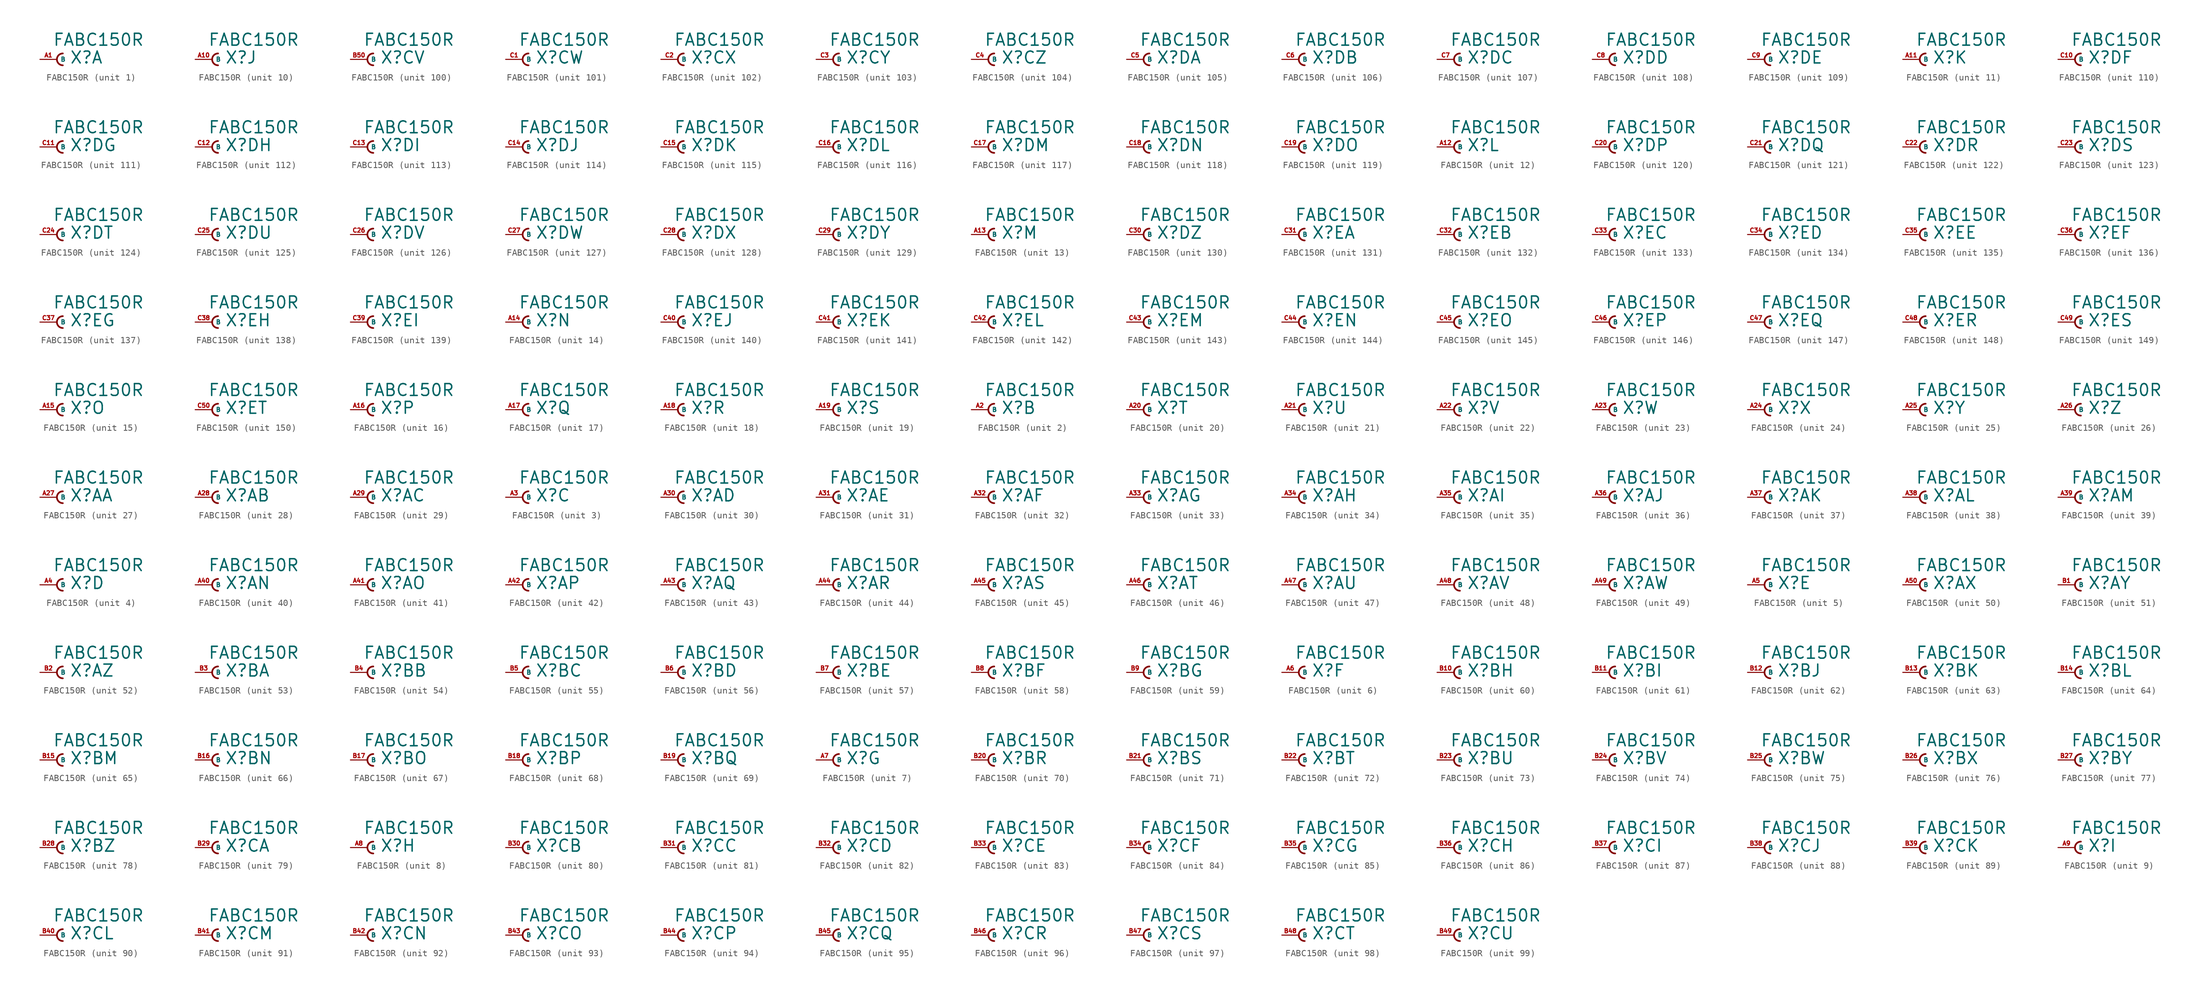
<source format=kicad_sym>
(kicad_symbol_lib
  (version 20220914)
  (generator Eagle2Kicad)
  (symbol "FABC150R"
    (property "Reference" "X"
      (at 1.905 -0.762 0)
      (effects (font (size 1.778 1.778) (thickness 0.22)) (justify left bottom)))
    (property "Value" "FABC150R"
      (at -0.635 1.905 0)
      (effects (font (size 1.778 1.778) (thickness 0.22)) (justify left bottom)))
    (symbol "FABC150R_1_0"
      (arc (start 0.889 0.889) (mid 0.000 0.000) (end 0.889 -0.889) (stroke (width 0.254) (type default)) (fill (type none)))
      (pin passive line (at -2.54 0 0) (length 2.54) (name "B" (effects (font (size 0.635 0.635) (thickness 0.08)) (justify left bottom))) (number "A1" (effects (font (size 0.635 0.635) (thickness 0.08)) (justify left bottom)))))
    (symbol "FABC150R_2_0"
      (arc (start 0.889 0.889) (mid 0.000 0.000) (end 0.889 -0.889) (stroke (width 0.254) (type default)) (fill (type none)))
      (pin passive line (at -2.54 0 0) (length 2.54) (name "B" (effects (font (size 0.635 0.635) (thickness 0.08)) (justify left bottom))) (number "A2" (effects (font (size 0.635 0.635) (thickness 0.08)) (justify left bottom)))))
    (symbol "FABC150R_3_0"
      (arc (start 0.889 0.889) (mid 0.000 0.000) (end 0.889 -0.889) (stroke (width 0.254) (type default)) (fill (type none)))
      (pin passive line (at -2.54 0 0) (length 2.54) (name "B" (effects (font (size 0.635 0.635) (thickness 0.08)) (justify left bottom))) (number "A3" (effects (font (size 0.635 0.635) (thickness 0.08)) (justify left bottom)))))
    (symbol "FABC150R_4_0"
      (arc (start 0.889 0.889) (mid 0.000 0.000) (end 0.889 -0.889) (stroke (width 0.254) (type default)) (fill (type none)))
      (pin passive line (at -2.54 0 0) (length 2.54) (name "B" (effects (font (size 0.635 0.635) (thickness 0.08)) (justify left bottom))) (number "A4" (effects (font (size 0.635 0.635) (thickness 0.08)) (justify left bottom)))))
    (symbol "FABC150R_5_0"
      (arc (start 0.889 0.889) (mid 0.000 0.000) (end 0.889 -0.889) (stroke (width 0.254) (type default)) (fill (type none)))
      (pin passive line (at -2.54 0 0) (length 2.54) (name "B" (effects (font (size 0.635 0.635) (thickness 0.08)) (justify left bottom))) (number "A5" (effects (font (size 0.635 0.635) (thickness 0.08)) (justify left bottom)))))
    (symbol "FABC150R_6_0"
      (arc (start 0.889 0.889) (mid 0.000 0.000) (end 0.889 -0.889) (stroke (width 0.254) (type default)) (fill (type none)))
      (pin passive line (at -2.54 0 0) (length 2.54) (name "B" (effects (font (size 0.635 0.635) (thickness 0.08)) (justify left bottom))) (number "A6" (effects (font (size 0.635 0.635) (thickness 0.08)) (justify left bottom)))))
    (symbol "FABC150R_7_0"
      (arc (start 0.889 0.889) (mid 0.000 0.000) (end 0.889 -0.889) (stroke (width 0.254) (type default)) (fill (type none)))
      (pin passive line (at -2.54 0 0) (length 2.54) (name "B" (effects (font (size 0.635 0.635) (thickness 0.08)) (justify left bottom))) (number "A7" (effects (font (size 0.635 0.635) (thickness 0.08)) (justify left bottom)))))
    (symbol "FABC150R_8_0"
      (arc (start 0.889 0.889) (mid 0.000 0.000) (end 0.889 -0.889) (stroke (width 0.254) (type default)) (fill (type none)))
      (pin passive line (at -2.54 0 0) (length 2.54) (name "B" (effects (font (size 0.635 0.635) (thickness 0.08)) (justify left bottom))) (number "A8" (effects (font (size 0.635 0.635) (thickness 0.08)) (justify left bottom)))))
    (symbol "FABC150R_9_0"
      (arc (start 0.889 0.889) (mid 0.000 0.000) (end 0.889 -0.889) (stroke (width 0.254) (type default)) (fill (type none)))
      (pin passive line (at -2.54 0 0) (length 2.54) (name "B" (effects (font (size 0.635 0.635) (thickness 0.08)) (justify left bottom))) (number "A9" (effects (font (size 0.635 0.635) (thickness 0.08)) (justify left bottom)))))
    (symbol "FABC150R_10_0"
      (arc (start 0.889 0.889) (mid 0.000 0.000) (end 0.889 -0.889) (stroke (width 0.254) (type default)) (fill (type none)))
      (pin passive line (at -2.54 0 0) (length 2.54) (name "B" (effects (font (size 0.635 0.635) (thickness 0.08)) (justify left bottom))) (number "A10" (effects (font (size 0.635 0.635) (thickness 0.08)) (justify left bottom)))))
    (symbol "FABC150R_11_0"
      (arc (start 0.889 0.889) (mid 0.000 0.000) (end 0.889 -0.889) (stroke (width 0.254) (type default)) (fill (type none)))
      (pin passive line (at -2.54 0 0) (length 2.54) (name "B" (effects (font (size 0.635 0.635) (thickness 0.08)) (justify left bottom))) (number "A11" (effects (font (size 0.635 0.635) (thickness 0.08)) (justify left bottom)))))
    (symbol "FABC150R_12_0"
      (arc (start 0.889 0.889) (mid 0.000 0.000) (end 0.889 -0.889) (stroke (width 0.254) (type default)) (fill (type none)))
      (pin passive line (at -2.54 0 0) (length 2.54) (name "B" (effects (font (size 0.635 0.635) (thickness 0.08)) (justify left bottom))) (number "A12" (effects (font (size 0.635 0.635) (thickness 0.08)) (justify left bottom)))))
    (symbol "FABC150R_13_0"
      (arc (start 0.889 0.889) (mid 0.000 0.000) (end 0.889 -0.889) (stroke (width 0.254) (type default)) (fill (type none)))
      (pin passive line (at -2.54 0 0) (length 2.54) (name "B" (effects (font (size 0.635 0.635) (thickness 0.08)) (justify left bottom))) (number "A13" (effects (font (size 0.635 0.635) (thickness 0.08)) (justify left bottom)))))
    (symbol "FABC150R_14_0"
      (arc (start 0.889 0.889) (mid 0.000 0.000) (end 0.889 -0.889) (stroke (width 0.254) (type default)) (fill (type none)))
      (pin passive line (at -2.54 0 0) (length 2.54) (name "B" (effects (font (size 0.635 0.635) (thickness 0.08)) (justify left bottom))) (number "A14" (effects (font (size 0.635 0.635) (thickness 0.08)) (justify left bottom)))))
    (symbol "FABC150R_15_0"
      (arc (start 0.889 0.889) (mid 0.000 0.000) (end 0.889 -0.889) (stroke (width 0.254) (type default)) (fill (type none)))
      (pin passive line (at -2.54 0 0) (length 2.54) (name "B" (effects (font (size 0.635 0.635) (thickness 0.08)) (justify left bottom))) (number "A15" (effects (font (size 0.635 0.635) (thickness 0.08)) (justify left bottom)))))
    (symbol "FABC150R_16_0"
      (arc (start 0.889 0.889) (mid 0.000 0.000) (end 0.889 -0.889) (stroke (width 0.254) (type default)) (fill (type none)))
      (pin passive line (at -2.54 0 0) (length 2.54) (name "B" (effects (font (size 0.635 0.635) (thickness 0.08)) (justify left bottom))) (number "A16" (effects (font (size 0.635 0.635) (thickness 0.08)) (justify left bottom)))))
    (symbol "FABC150R_17_0"
      (arc (start 0.889 0.889) (mid 0.000 0.000) (end 0.889 -0.889) (stroke (width 0.254) (type default)) (fill (type none)))
      (pin passive line (at -2.54 0 0) (length 2.54) (name "B" (effects (font (size 0.635 0.635) (thickness 0.08)) (justify left bottom))) (number "A17" (effects (font (size 0.635 0.635) (thickness 0.08)) (justify left bottom)))))
    (symbol "FABC150R_18_0"
      (arc (start 0.889 0.889) (mid 0.000 0.000) (end 0.889 -0.889) (stroke (width 0.254) (type default)) (fill (type none)))
      (pin passive line (at -2.54 0 0) (length 2.54) (name "B" (effects (font (size 0.635 0.635) (thickness 0.08)) (justify left bottom))) (number "A18" (effects (font (size 0.635 0.635) (thickness 0.08)) (justify left bottom)))))
    (symbol "FABC150R_19_0"
      (arc (start 0.889 0.889) (mid 0.000 0.000) (end 0.889 -0.889) (stroke (width 0.254) (type default)) (fill (type none)))
      (pin passive line (at -2.54 0 0) (length 2.54) (name "B" (effects (font (size 0.635 0.635) (thickness 0.08)) (justify left bottom))) (number "A19" (effects (font (size 0.635 0.635) (thickness 0.08)) (justify left bottom)))))
    (symbol "FABC150R_20_0"
      (arc (start 0.889 0.889) (mid 0.000 0.000) (end 0.889 -0.889) (stroke (width 0.254) (type default)) (fill (type none)))
      (pin passive line (at -2.54 0 0) (length 2.54) (name "B" (effects (font (size 0.635 0.635) (thickness 0.08)) (justify left bottom))) (number "A20" (effects (font (size 0.635 0.635) (thickness 0.08)) (justify left bottom)))))
    (symbol "FABC150R_21_0"
      (arc (start 0.889 0.889) (mid 0.000 0.000) (end 0.889 -0.889) (stroke (width 0.254) (type default)) (fill (type none)))
      (pin passive line (at -2.54 0 0) (length 2.54) (name "B" (effects (font (size 0.635 0.635) (thickness 0.08)) (justify left bottom))) (number "A21" (effects (font (size 0.635 0.635) (thickness 0.08)) (justify left bottom)))))
    (symbol "FABC150R_22_0"
      (arc (start 0.889 0.889) (mid 0.000 0.000) (end 0.889 -0.889) (stroke (width 0.254) (type default)) (fill (type none)))
      (pin passive line (at -2.54 0 0) (length 2.54) (name "B" (effects (font (size 0.635 0.635) (thickness 0.08)) (justify left bottom))) (number "A22" (effects (font (size 0.635 0.635) (thickness 0.08)) (justify left bottom)))))
    (symbol "FABC150R_23_0"
      (arc (start 0.889 0.889) (mid 0.000 0.000) (end 0.889 -0.889) (stroke (width 0.254) (type default)) (fill (type none)))
      (pin passive line (at -2.54 0 0) (length 2.54) (name "B" (effects (font (size 0.635 0.635) (thickness 0.08)) (justify left bottom))) (number "A23" (effects (font (size 0.635 0.635) (thickness 0.08)) (justify left bottom)))))
    (symbol "FABC150R_24_0"
      (arc (start 0.889 0.889) (mid 0.000 0.000) (end 0.889 -0.889) (stroke (width 0.254) (type default)) (fill (type none)))
      (pin passive line (at -2.54 0 0) (length 2.54) (name "B" (effects (font (size 0.635 0.635) (thickness 0.08)) (justify left bottom))) (number "A24" (effects (font (size 0.635 0.635) (thickness 0.08)) (justify left bottom)))))
    (symbol "FABC150R_25_0"
      (arc (start 0.889 0.889) (mid 0.000 0.000) (end 0.889 -0.889) (stroke (width 0.254) (type default)) (fill (type none)))
      (pin passive line (at -2.54 0 0) (length 2.54) (name "B" (effects (font (size 0.635 0.635) (thickness 0.08)) (justify left bottom))) (number "A25" (effects (font (size 0.635 0.635) (thickness 0.08)) (justify left bottom)))))
    (symbol "FABC150R_26_0"
      (arc (start 0.889 0.889) (mid 0.000 0.000) (end 0.889 -0.889) (stroke (width 0.254) (type default)) (fill (type none)))
      (pin passive line (at -2.54 0 0) (length 2.54) (name "B" (effects (font (size 0.635 0.635) (thickness 0.08)) (justify left bottom))) (number "A26" (effects (font (size 0.635 0.635) (thickness 0.08)) (justify left bottom)))))
    (symbol "FABC150R_27_0"
      (arc (start 0.889 0.889) (mid 0.000 0.000) (end 0.889 -0.889) (stroke (width 0.254) (type default)) (fill (type none)))
      (pin passive line (at -2.54 0 0) (length 2.54) (name "B" (effects (font (size 0.635 0.635) (thickness 0.08)) (justify left bottom))) (number "A27" (effects (font (size 0.635 0.635) (thickness 0.08)) (justify left bottom)))))
    (symbol "FABC150R_28_0"
      (arc (start 0.889 0.889) (mid 0.000 0.000) (end 0.889 -0.889) (stroke (width 0.254) (type default)) (fill (type none)))
      (pin passive line (at -2.54 0 0) (length 2.54) (name "B" (effects (font (size 0.635 0.635) (thickness 0.08)) (justify left bottom))) (number "A28" (effects (font (size 0.635 0.635) (thickness 0.08)) (justify left bottom)))))
    (symbol "FABC150R_29_0"
      (arc (start 0.889 0.889) (mid 0.000 0.000) (end 0.889 -0.889) (stroke (width 0.254) (type default)) (fill (type none)))
      (pin passive line (at -2.54 0 0) (length 2.54) (name "B" (effects (font (size 0.635 0.635) (thickness 0.08)) (justify left bottom))) (number "A29" (effects (font (size 0.635 0.635) (thickness 0.08)) (justify left bottom)))))
    (symbol "FABC150R_30_0"
      (arc (start 0.889 0.889) (mid 0.000 0.000) (end 0.889 -0.889) (stroke (width 0.254) (type default)) (fill (type none)))
      (pin passive line (at -2.54 0 0) (length 2.54) (name "B" (effects (font (size 0.635 0.635) (thickness 0.08)) (justify left bottom))) (number "A30" (effects (font (size 0.635 0.635) (thickness 0.08)) (justify left bottom)))))
    (symbol "FABC150R_31_0"
      (arc (start 0.889 0.889) (mid 0.000 0.000) (end 0.889 -0.889) (stroke (width 0.254) (type default)) (fill (type none)))
      (pin passive line (at -2.54 0 0) (length 2.54) (name "B" (effects (font (size 0.635 0.635) (thickness 0.08)) (justify left bottom))) (number "A31" (effects (font (size 0.635 0.635) (thickness 0.08)) (justify left bottom)))))
    (symbol "FABC150R_32_0"
      (arc (start 0.889 0.889) (mid 0.000 0.000) (end 0.889 -0.889) (stroke (width 0.254) (type default)) (fill (type none)))
      (pin passive line (at -2.54 0 0) (length 2.54) (name "B" (effects (font (size 0.635 0.635) (thickness 0.08)) (justify left bottom))) (number "A32" (effects (font (size 0.635 0.635) (thickness 0.08)) (justify left bottom)))))
    (symbol "FABC150R_33_0"
      (arc (start 0.889 0.889) (mid 0.000 0.000) (end 0.889 -0.889) (stroke (width 0.254) (type default)) (fill (type none)))
      (pin passive line (at -2.54 0 0) (length 2.54) (name "B" (effects (font (size 0.635 0.635) (thickness 0.08)) (justify left bottom))) (number "A33" (effects (font (size 0.635 0.635) (thickness 0.08)) (justify left bottom)))))
    (symbol "FABC150R_34_0"
      (arc (start 0.889 0.889) (mid 0.000 0.000) (end 0.889 -0.889) (stroke (width 0.254) (type default)) (fill (type none)))
      (pin passive line (at -2.54 0 0) (length 2.54) (name "B" (effects (font (size 0.635 0.635) (thickness 0.08)) (justify left bottom))) (number "A34" (effects (font (size 0.635 0.635) (thickness 0.08)) (justify left bottom)))))
    (symbol "FABC150R_35_0"
      (arc (start 0.889 0.889) (mid 0.000 0.000) (end 0.889 -0.889) (stroke (width 0.254) (type default)) (fill (type none)))
      (pin passive line (at -2.54 0 0) (length 2.54) (name "B" (effects (font (size 0.635 0.635) (thickness 0.08)) (justify left bottom))) (number "A35" (effects (font (size 0.635 0.635) (thickness 0.08)) (justify left bottom)))))
    (symbol "FABC150R_36_0"
      (arc (start 0.889 0.889) (mid 0.000 0.000) (end 0.889 -0.889) (stroke (width 0.254) (type default)) (fill (type none)))
      (pin passive line (at -2.54 0 0) (length 2.54) (name "B" (effects (font (size 0.635 0.635) (thickness 0.08)) (justify left bottom))) (number "A36" (effects (font (size 0.635 0.635) (thickness 0.08)) (justify left bottom)))))
    (symbol "FABC150R_37_0"
      (arc (start 0.889 0.889) (mid 0.000 0.000) (end 0.889 -0.889) (stroke (width 0.254) (type default)) (fill (type none)))
      (pin passive line (at -2.54 0 0) (length 2.54) (name "B" (effects (font (size 0.635 0.635) (thickness 0.08)) (justify left bottom))) (number "A37" (effects (font (size 0.635 0.635) (thickness 0.08)) (justify left bottom)))))
    (symbol "FABC150R_38_0"
      (arc (start 0.889 0.889) (mid 0.000 0.000) (end 0.889 -0.889) (stroke (width 0.254) (type default)) (fill (type none)))
      (pin passive line (at -2.54 0 0) (length 2.54) (name "B" (effects (font (size 0.635 0.635) (thickness 0.08)) (justify left bottom))) (number "A38" (effects (font (size 0.635 0.635) (thickness 0.08)) (justify left bottom)))))
    (symbol "FABC150R_39_0"
      (arc (start 0.889 0.889) (mid 0.000 0.000) (end 0.889 -0.889) (stroke (width 0.254) (type default)) (fill (type none)))
      (pin passive line (at -2.54 0 0) (length 2.54) (name "B" (effects (font (size 0.635 0.635) (thickness 0.08)) (justify left bottom))) (number "A39" (effects (font (size 0.635 0.635) (thickness 0.08)) (justify left bottom)))))
    (symbol "FABC150R_40_0"
      (arc (start 0.889 0.889) (mid 0.000 0.000) (end 0.889 -0.889) (stroke (width 0.254) (type default)) (fill (type none)))
      (pin passive line (at -2.54 0 0) (length 2.54) (name "B" (effects (font (size 0.635 0.635) (thickness 0.08)) (justify left bottom))) (number "A40" (effects (font (size 0.635 0.635) (thickness 0.08)) (justify left bottom)))))
    (symbol "FABC150R_41_0"
      (arc (start 0.889 0.889) (mid 0.000 0.000) (end 0.889 -0.889) (stroke (width 0.254) (type default)) (fill (type none)))
      (pin passive line (at -2.54 0 0) (length 2.54) (name "B" (effects (font (size 0.635 0.635) (thickness 0.08)) (justify left bottom))) (number "A41" (effects (font (size 0.635 0.635) (thickness 0.08)) (justify left bottom)))))
    (symbol "FABC150R_42_0"
      (arc (start 0.889 0.889) (mid 0.000 0.000) (end 0.889 -0.889) (stroke (width 0.254) (type default)) (fill (type none)))
      (pin passive line (at -2.54 0 0) (length 2.54) (name "B" (effects (font (size 0.635 0.635) (thickness 0.08)) (justify left bottom))) (number "A42" (effects (font (size 0.635 0.635) (thickness 0.08)) (justify left bottom)))))
    (symbol "FABC150R_43_0"
      (arc (start 0.889 0.889) (mid 0.000 0.000) (end 0.889 -0.889) (stroke (width 0.254) (type default)) (fill (type none)))
      (pin passive line (at -2.54 0 0) (length 2.54) (name "B" (effects (font (size 0.635 0.635) (thickness 0.08)) (justify left bottom))) (number "A43" (effects (font (size 0.635 0.635) (thickness 0.08)) (justify left bottom)))))
    (symbol "FABC150R_44_0"
      (arc (start 0.889 0.889) (mid 0.000 0.000) (end 0.889 -0.889) (stroke (width 0.254) (type default)) (fill (type none)))
      (pin passive line (at -2.54 0 0) (length 2.54) (name "B" (effects (font (size 0.635 0.635) (thickness 0.08)) (justify left bottom))) (number "A44" (effects (font (size 0.635 0.635) (thickness 0.08)) (justify left bottom)))))
    (symbol "FABC150R_45_0"
      (arc (start 0.889 0.889) (mid 0.000 0.000) (end 0.889 -0.889) (stroke (width 0.254) (type default)) (fill (type none)))
      (pin passive line (at -2.54 0 0) (length 2.54) (name "B" (effects (font (size 0.635 0.635) (thickness 0.08)) (justify left bottom))) (number "A45" (effects (font (size 0.635 0.635) (thickness 0.08)) (justify left bottom)))))
    (symbol "FABC150R_46_0"
      (arc (start 0.889 0.889) (mid 0.000 0.000) (end 0.889 -0.889) (stroke (width 0.254) (type default)) (fill (type none)))
      (pin passive line (at -2.54 0 0) (length 2.54) (name "B" (effects (font (size 0.635 0.635) (thickness 0.08)) (justify left bottom))) (number "A46" (effects (font (size 0.635 0.635) (thickness 0.08)) (justify left bottom)))))
    (symbol "FABC150R_47_0"
      (arc (start 0.889 0.889) (mid 0.000 0.000) (end 0.889 -0.889) (stroke (width 0.254) (type default)) (fill (type none)))
      (pin passive line (at -2.54 0 0) (length 2.54) (name "B" (effects (font (size 0.635 0.635) (thickness 0.08)) (justify left bottom))) (number "A47" (effects (font (size 0.635 0.635) (thickness 0.08)) (justify left bottom)))))
    (symbol "FABC150R_48_0"
      (arc (start 0.889 0.889) (mid 0.000 0.000) (end 0.889 -0.889) (stroke (width 0.254) (type default)) (fill (type none)))
      (pin passive line (at -2.54 0 0) (length 2.54) (name "B" (effects (font (size 0.635 0.635) (thickness 0.08)) (justify left bottom))) (number "A48" (effects (font (size 0.635 0.635) (thickness 0.08)) (justify left bottom)))))
    (symbol "FABC150R_49_0"
      (arc (start 0.889 0.889) (mid 0.000 0.000) (end 0.889 -0.889) (stroke (width 0.254) (type default)) (fill (type none)))
      (pin passive line (at -2.54 0 0) (length 2.54) (name "B" (effects (font (size 0.635 0.635) (thickness 0.08)) (justify left bottom))) (number "A49" (effects (font (size 0.635 0.635) (thickness 0.08)) (justify left bottom)))))
    (symbol "FABC150R_50_0"
      (arc (start 0.889 0.889) (mid 0.000 0.000) (end 0.889 -0.889) (stroke (width 0.254) (type default)) (fill (type none)))
      (pin passive line (at -2.54 0 0) (length 2.54) (name "B" (effects (font (size 0.635 0.635) (thickness 0.08)) (justify left bottom))) (number "A50" (effects (font (size 0.635 0.635) (thickness 0.08)) (justify left bottom)))))
    (symbol "FABC150R_51_0"
      (arc (start 0.889 0.889) (mid 0.000 0.000) (end 0.889 -0.889) (stroke (width 0.254) (type default)) (fill (type none)))
      (pin passive line (at -2.54 0 0) (length 2.54) (name "B" (effects (font (size 0.635 0.635) (thickness 0.08)) (justify left bottom))) (number "B1" (effects (font (size 0.635 0.635) (thickness 0.08)) (justify left bottom)))))
    (symbol "FABC150R_52_0"
      (arc (start 0.889 0.889) (mid 0.000 0.000) (end 0.889 -0.889) (stroke (width 0.254) (type default)) (fill (type none)))
      (pin passive line (at -2.54 0 0) (length 2.54) (name "B" (effects (font (size 0.635 0.635) (thickness 0.08)) (justify left bottom))) (number "B2" (effects (font (size 0.635 0.635) (thickness 0.08)) (justify left bottom)))))
    (symbol "FABC150R_53_0"
      (arc (start 0.889 0.889) (mid 0.000 0.000) (end 0.889 -0.889) (stroke (width 0.254) (type default)) (fill (type none)))
      (pin passive line (at -2.54 0 0) (length 2.54) (name "B" (effects (font (size 0.635 0.635) (thickness 0.08)) (justify left bottom))) (number "B3" (effects (font (size 0.635 0.635) (thickness 0.08)) (justify left bottom)))))
    (symbol "FABC150R_54_0"
      (arc (start 0.889 0.889) (mid 0.000 0.000) (end 0.889 -0.889) (stroke (width 0.254) (type default)) (fill (type none)))
      (pin passive line (at -2.54 0 0) (length 2.54) (name "B" (effects (font (size 0.635 0.635) (thickness 0.08)) (justify left bottom))) (number "B4" (effects (font (size 0.635 0.635) (thickness 0.08)) (justify left bottom)))))
    (symbol "FABC150R_55_0"
      (arc (start 0.889 0.889) (mid 0.000 0.000) (end 0.889 -0.889) (stroke (width 0.254) (type default)) (fill (type none)))
      (pin passive line (at -2.54 0 0) (length 2.54) (name "B" (effects (font (size 0.635 0.635) (thickness 0.08)) (justify left bottom))) (number "B5" (effects (font (size 0.635 0.635) (thickness 0.08)) (justify left bottom)))))
    (symbol "FABC150R_56_0"
      (arc (start 0.889 0.889) (mid 0.000 0.000) (end 0.889 -0.889) (stroke (width 0.254) (type default)) (fill (type none)))
      (pin passive line (at -2.54 0 0) (length 2.54) (name "B" (effects (font (size 0.635 0.635) (thickness 0.08)) (justify left bottom))) (number "B6" (effects (font (size 0.635 0.635) (thickness 0.08)) (justify left bottom)))))
    (symbol "FABC150R_57_0"
      (arc (start 0.889 0.889) (mid 0.000 0.000) (end 0.889 -0.889) (stroke (width 0.254) (type default)) (fill (type none)))
      (pin passive line (at -2.54 0 0) (length 2.54) (name "B" (effects (font (size 0.635 0.635) (thickness 0.08)) (justify left bottom))) (number "B7" (effects (font (size 0.635 0.635) (thickness 0.08)) (justify left bottom)))))
    (symbol "FABC150R_58_0"
      (arc (start 0.889 0.889) (mid 0.000 0.000) (end 0.889 -0.889) (stroke (width 0.254) (type default)) (fill (type none)))
      (pin passive line (at -2.54 0 0) (length 2.54) (name "B" (effects (font (size 0.635 0.635) (thickness 0.08)) (justify left bottom))) (number "B8" (effects (font (size 0.635 0.635) (thickness 0.08)) (justify left bottom)))))
    (symbol "FABC150R_59_0"
      (arc (start 0.889 0.889) (mid 0.000 0.000) (end 0.889 -0.889) (stroke (width 0.254) (type default)) (fill (type none)))
      (pin passive line (at -2.54 0 0) (length 2.54) (name "B" (effects (font (size 0.635 0.635) (thickness 0.08)) (justify left bottom))) (number "B9" (effects (font (size 0.635 0.635) (thickness 0.08)) (justify left bottom)))))
    (symbol "FABC150R_60_0"
      (arc (start 0.889 0.889) (mid 0.000 0.000) (end 0.889 -0.889) (stroke (width 0.254) (type default)) (fill (type none)))
      (pin passive line (at -2.54 0 0) (length 2.54) (name "B" (effects (font (size 0.635 0.635) (thickness 0.08)) (justify left bottom))) (number "B10" (effects (font (size 0.635 0.635) (thickness 0.08)) (justify left bottom)))))
    (symbol "FABC150R_61_0"
      (arc (start 0.889 0.889) (mid 0.000 0.000) (end 0.889 -0.889) (stroke (width 0.254) (type default)) (fill (type none)))
      (pin passive line (at -2.54 0 0) (length 2.54) (name "B" (effects (font (size 0.635 0.635) (thickness 0.08)) (justify left bottom))) (number "B11" (effects (font (size 0.635 0.635) (thickness 0.08)) (justify left bottom)))))
    (symbol "FABC150R_62_0"
      (arc (start 0.889 0.889) (mid 0.000 0.000) (end 0.889 -0.889) (stroke (width 0.254) (type default)) (fill (type none)))
      (pin passive line (at -2.54 0 0) (length 2.54) (name "B" (effects (font (size 0.635 0.635) (thickness 0.08)) (justify left bottom))) (number "B12" (effects (font (size 0.635 0.635) (thickness 0.08)) (justify left bottom)))))
    (symbol "FABC150R_63_0"
      (arc (start 0.889 0.889) (mid 0.000 0.000) (end 0.889 -0.889) (stroke (width 0.254) (type default)) (fill (type none)))
      (pin passive line (at -2.54 0 0) (length 2.54) (name "B" (effects (font (size 0.635 0.635) (thickness 0.08)) (justify left bottom))) (number "B13" (effects (font (size 0.635 0.635) (thickness 0.08)) (justify left bottom)))))
    (symbol "FABC150R_64_0"
      (arc (start 0.889 0.889) (mid 0.000 0.000) (end 0.889 -0.889) (stroke (width 0.254) (type default)) (fill (type none)))
      (pin passive line (at -2.54 0 0) (length 2.54) (name "B" (effects (font (size 0.635 0.635) (thickness 0.08)) (justify left bottom))) (number "B14" (effects (font (size 0.635 0.635) (thickness 0.08)) (justify left bottom)))))
    (symbol "FABC150R_65_0"
      (arc (start 0.889 0.889) (mid 0.000 0.000) (end 0.889 -0.889) (stroke (width 0.254) (type default)) (fill (type none)))
      (pin passive line (at -2.54 0 0) (length 2.54) (name "B" (effects (font (size 0.635 0.635) (thickness 0.08)) (justify left bottom))) (number "B15" (effects (font (size 0.635 0.635) (thickness 0.08)) (justify left bottom)))))
    (symbol "FABC150R_66_0"
      (arc (start 0.889 0.889) (mid 0.000 0.000) (end 0.889 -0.889) (stroke (width 0.254) (type default)) (fill (type none)))
      (pin passive line (at -2.54 0 0) (length 2.54) (name "B" (effects (font (size 0.635 0.635) (thickness 0.08)) (justify left bottom))) (number "B16" (effects (font (size 0.635 0.635) (thickness 0.08)) (justify left bottom)))))
    (symbol "FABC150R_67_0"
      (arc (start 0.889 0.889) (mid 0.000 0.000) (end 0.889 -0.889) (stroke (width 0.254) (type default)) (fill (type none)))
      (pin passive line (at -2.54 0 0) (length 2.54) (name "B" (effects (font (size 0.635 0.635) (thickness 0.08)) (justify left bottom))) (number "B17" (effects (font (size 0.635 0.635) (thickness 0.08)) (justify left bottom)))))
    (symbol "FABC150R_68_0"
      (arc (start 0.889 0.889) (mid 0.000 0.000) (end 0.889 -0.889) (stroke (width 0.254) (type default)) (fill (type none)))
      (pin passive line (at -2.54 0 0) (length 2.54) (name "B" (effects (font (size 0.635 0.635) (thickness 0.08)) (justify left bottom))) (number "B18" (effects (font (size 0.635 0.635) (thickness 0.08)) (justify left bottom)))))
    (symbol "FABC150R_69_0"
      (arc (start 0.889 0.889) (mid 0.000 0.000) (end 0.889 -0.889) (stroke (width 0.254) (type default)) (fill (type none)))
      (pin passive line (at -2.54 0 0) (length 2.54) (name "B" (effects (font (size 0.635 0.635) (thickness 0.08)) (justify left bottom))) (number "B19" (effects (font (size 0.635 0.635) (thickness 0.08)) (justify left bottom)))))
    (symbol "FABC150R_70_0"
      (arc (start 0.889 0.889) (mid 0.000 0.000) (end 0.889 -0.889) (stroke (width 0.254) (type default)) (fill (type none)))
      (pin passive line (at -2.54 0 0) (length 2.54) (name "B" (effects (font (size 0.635 0.635) (thickness 0.08)) (justify left bottom))) (number "B20" (effects (font (size 0.635 0.635) (thickness 0.08)) (justify left bottom)))))
    (symbol "FABC150R_71_0"
      (arc (start 0.889 0.889) (mid 0.000 0.000) (end 0.889 -0.889) (stroke (width 0.254) (type default)) (fill (type none)))
      (pin passive line (at -2.54 0 0) (length 2.54) (name "B" (effects (font (size 0.635 0.635) (thickness 0.08)) (justify left bottom))) (number "B21" (effects (font (size 0.635 0.635) (thickness 0.08)) (justify left bottom)))))
    (symbol "FABC150R_72_0"
      (arc (start 0.889 0.889) (mid 0.000 0.000) (end 0.889 -0.889) (stroke (width 0.254) (type default)) (fill (type none)))
      (pin passive line (at -2.54 0 0) (length 2.54) (name "B" (effects (font (size 0.635 0.635) (thickness 0.08)) (justify left bottom))) (number "B22" (effects (font (size 0.635 0.635) (thickness 0.08)) (justify left bottom)))))
    (symbol "FABC150R_73_0"
      (arc (start 0.889 0.889) (mid 0.000 0.000) (end 0.889 -0.889) (stroke (width 0.254) (type default)) (fill (type none)))
      (pin passive line (at -2.54 0 0) (length 2.54) (name "B" (effects (font (size 0.635 0.635) (thickness 0.08)) (justify left bottom))) (number "B23" (effects (font (size 0.635 0.635) (thickness 0.08)) (justify left bottom)))))
    (symbol "FABC150R_74_0"
      (arc (start 0.889 0.889) (mid 0.000 0.000) (end 0.889 -0.889) (stroke (width 0.254) (type default)) (fill (type none)))
      (pin passive line (at -2.54 0 0) (length 2.54) (name "B" (effects (font (size 0.635 0.635) (thickness 0.08)) (justify left bottom))) (number "B24" (effects (font (size 0.635 0.635) (thickness 0.08)) (justify left bottom)))))
    (symbol "FABC150R_75_0"
      (arc (start 0.889 0.889) (mid 0.000 0.000) (end 0.889 -0.889) (stroke (width 0.254) (type default)) (fill (type none)))
      (pin passive line (at -2.54 0 0) (length 2.54) (name "B" (effects (font (size 0.635 0.635) (thickness 0.08)) (justify left bottom))) (number "B25" (effects (font (size 0.635 0.635) (thickness 0.08)) (justify left bottom)))))
    (symbol "FABC150R_76_0"
      (arc (start 0.889 0.889) (mid 0.000 0.000) (end 0.889 -0.889) (stroke (width 0.254) (type default)) (fill (type none)))
      (pin passive line (at -2.54 0 0) (length 2.54) (name "B" (effects (font (size 0.635 0.635) (thickness 0.08)) (justify left bottom))) (number "B26" (effects (font (size 0.635 0.635) (thickness 0.08)) (justify left bottom)))))
    (symbol "FABC150R_77_0"
      (arc (start 0.889 0.889) (mid 0.000 0.000) (end 0.889 -0.889) (stroke (width 0.254) (type default)) (fill (type none)))
      (pin passive line (at -2.54 0 0) (length 2.54) (name "B" (effects (font (size 0.635 0.635) (thickness 0.08)) (justify left bottom))) (number "B27" (effects (font (size 0.635 0.635) (thickness 0.08)) (justify left bottom)))))
    (symbol "FABC150R_78_0"
      (arc (start 0.889 0.889) (mid 0.000 0.000) (end 0.889 -0.889) (stroke (width 0.254) (type default)) (fill (type none)))
      (pin passive line (at -2.54 0 0) (length 2.54) (name "B" (effects (font (size 0.635 0.635) (thickness 0.08)) (justify left bottom))) (number "B28" (effects (font (size 0.635 0.635) (thickness 0.08)) (justify left bottom)))))
    (symbol "FABC150R_79_0"
      (arc (start 0.889 0.889) (mid 0.000 0.000) (end 0.889 -0.889) (stroke (width 0.254) (type default)) (fill (type none)))
      (pin passive line (at -2.54 0 0) (length 2.54) (name "B" (effects (font (size 0.635 0.635) (thickness 0.08)) (justify left bottom))) (number "B29" (effects (font (size 0.635 0.635) (thickness 0.08)) (justify left bottom)))))
    (symbol "FABC150R_80_0"
      (arc (start 0.889 0.889) (mid 0.000 0.000) (end 0.889 -0.889) (stroke (width 0.254) (type default)) (fill (type none)))
      (pin passive line (at -2.54 0 0) (length 2.54) (name "B" (effects (font (size 0.635 0.635) (thickness 0.08)) (justify left bottom))) (number "B30" (effects (font (size 0.635 0.635) (thickness 0.08)) (justify left bottom)))))
    (symbol "FABC150R_81_0"
      (arc (start 0.889 0.889) (mid 0.000 0.000) (end 0.889 -0.889) (stroke (width 0.254) (type default)) (fill (type none)))
      (pin passive line (at -2.54 0 0) (length 2.54) (name "B" (effects (font (size 0.635 0.635) (thickness 0.08)) (justify left bottom))) (number "B31" (effects (font (size 0.635 0.635) (thickness 0.08)) (justify left bottom)))))
    (symbol "FABC150R_82_0"
      (arc (start 0.889 0.889) (mid 0.000 0.000) (end 0.889 -0.889) (stroke (width 0.254) (type default)) (fill (type none)))
      (pin passive line (at -2.54 0 0) (length 2.54) (name "B" (effects (font (size 0.635 0.635) (thickness 0.08)) (justify left bottom))) (number "B32" (effects (font (size 0.635 0.635) (thickness 0.08)) (justify left bottom)))))
    (symbol "FABC150R_83_0"
      (arc (start 0.889 0.889) (mid 0.000 0.000) (end 0.889 -0.889) (stroke (width 0.254) (type default)) (fill (type none)))
      (pin passive line (at -2.54 0 0) (length 2.54) (name "B" (effects (font (size 0.635 0.635) (thickness 0.08)) (justify left bottom))) (number "B33" (effects (font (size 0.635 0.635) (thickness 0.08)) (justify left bottom)))))
    (symbol "FABC150R_84_0"
      (arc (start 0.889 0.889) (mid 0.000 0.000) (end 0.889 -0.889) (stroke (width 0.254) (type default)) (fill (type none)))
      (pin passive line (at -2.54 0 0) (length 2.54) (name "B" (effects (font (size 0.635 0.635) (thickness 0.08)) (justify left bottom))) (number "B34" (effects (font (size 0.635 0.635) (thickness 0.08)) (justify left bottom)))))
    (symbol "FABC150R_85_0"
      (arc (start 0.889 0.889) (mid 0.000 0.000) (end 0.889 -0.889) (stroke (width 0.254) (type default)) (fill (type none)))
      (pin passive line (at -2.54 0 0) (length 2.54) (name "B" (effects (font (size 0.635 0.635) (thickness 0.08)) (justify left bottom))) (number "B35" (effects (font (size 0.635 0.635) (thickness 0.08)) (justify left bottom)))))
    (symbol "FABC150R_86_0"
      (arc (start 0.889 0.889) (mid 0.000 0.000) (end 0.889 -0.889) (stroke (width 0.254) (type default)) (fill (type none)))
      (pin passive line (at -2.54 0 0) (length 2.54) (name "B" (effects (font (size 0.635 0.635) (thickness 0.08)) (justify left bottom))) (number "B36" (effects (font (size 0.635 0.635) (thickness 0.08)) (justify left bottom)))))
    (symbol "FABC150R_87_0"
      (arc (start 0.889 0.889) (mid 0.000 0.000) (end 0.889 -0.889) (stroke (width 0.254) (type default)) (fill (type none)))
      (pin passive line (at -2.54 0 0) (length 2.54) (name "B" (effects (font (size 0.635 0.635) (thickness 0.08)) (justify left bottom))) (number "B37" (effects (font (size 0.635 0.635) (thickness 0.08)) (justify left bottom)))))
    (symbol "FABC150R_88_0"
      (arc (start 0.889 0.889) (mid 0.000 0.000) (end 0.889 -0.889) (stroke (width 0.254) (type default)) (fill (type none)))
      (pin passive line (at -2.54 0 0) (length 2.54) (name "B" (effects (font (size 0.635 0.635) (thickness 0.08)) (justify left bottom))) (number "B38" (effects (font (size 0.635 0.635) (thickness 0.08)) (justify left bottom)))))
    (symbol "FABC150R_89_0"
      (arc (start 0.889 0.889) (mid 0.000 0.000) (end 0.889 -0.889) (stroke (width 0.254) (type default)) (fill (type none)))
      (pin passive line (at -2.54 0 0) (length 2.54) (name "B" (effects (font (size 0.635 0.635) (thickness 0.08)) (justify left bottom))) (number "B39" (effects (font (size 0.635 0.635) (thickness 0.08)) (justify left bottom)))))
    (symbol "FABC150R_90_0"
      (arc (start 0.889 0.889) (mid 0.000 0.000) (end 0.889 -0.889) (stroke (width 0.254) (type default)) (fill (type none)))
      (pin passive line (at -2.54 0 0) (length 2.54) (name "B" (effects (font (size 0.635 0.635) (thickness 0.08)) (justify left bottom))) (number "B40" (effects (font (size 0.635 0.635) (thickness 0.08)) (justify left bottom)))))
    (symbol "FABC150R_91_0"
      (arc (start 0.889 0.889) (mid 0.000 0.000) (end 0.889 -0.889) (stroke (width 0.254) (type default)) (fill (type none)))
      (pin passive line (at -2.54 0 0) (length 2.54) (name "B" (effects (font (size 0.635 0.635) (thickness 0.08)) (justify left bottom))) (number "B41" (effects (font (size 0.635 0.635) (thickness 0.08)) (justify left bottom)))))
    (symbol "FABC150R_92_0"
      (arc (start 0.889 0.889) (mid 0.000 0.000) (end 0.889 -0.889) (stroke (width 0.254) (type default)) (fill (type none)))
      (pin passive line (at -2.54 0 0) (length 2.54) (name "B" (effects (font (size 0.635 0.635) (thickness 0.08)) (justify left bottom))) (number "B42" (effects (font (size 0.635 0.635) (thickness 0.08)) (justify left bottom)))))
    (symbol "FABC150R_93_0"
      (arc (start 0.889 0.889) (mid 0.000 0.000) (end 0.889 -0.889) (stroke (width 0.254) (type default)) (fill (type none)))
      (pin passive line (at -2.54 0 0) (length 2.54) (name "B" (effects (font (size 0.635 0.635) (thickness 0.08)) (justify left bottom))) (number "B43" (effects (font (size 0.635 0.635) (thickness 0.08)) (justify left bottom)))))
    (symbol "FABC150R_94_0"
      (arc (start 0.889 0.889) (mid 0.000 0.000) (end 0.889 -0.889) (stroke (width 0.254) (type default)) (fill (type none)))
      (pin passive line (at -2.54 0 0) (length 2.54) (name "B" (effects (font (size 0.635 0.635) (thickness 0.08)) (justify left bottom))) (number "B44" (effects (font (size 0.635 0.635) (thickness 0.08)) (justify left bottom)))))
    (symbol "FABC150R_95_0"
      (arc (start 0.889 0.889) (mid 0.000 0.000) (end 0.889 -0.889) (stroke (width 0.254) (type default)) (fill (type none)))
      (pin passive line (at -2.54 0 0) (length 2.54) (name "B" (effects (font (size 0.635 0.635) (thickness 0.08)) (justify left bottom))) (number "B45" (effects (font (size 0.635 0.635) (thickness 0.08)) (justify left bottom)))))
    (symbol "FABC150R_96_0"
      (arc (start 0.889 0.889) (mid 0.000 0.000) (end 0.889 -0.889) (stroke (width 0.254) (type default)) (fill (type none)))
      (pin passive line (at -2.54 0 0) (length 2.54) (name "B" (effects (font (size 0.635 0.635) (thickness 0.08)) (justify left bottom))) (number "B46" (effects (font (size 0.635 0.635) (thickness 0.08)) (justify left bottom)))))
    (symbol "FABC150R_97_0"
      (arc (start 0.889 0.889) (mid 0.000 0.000) (end 0.889 -0.889) (stroke (width 0.254) (type default)) (fill (type none)))
      (pin passive line (at -2.54 0 0) (length 2.54) (name "B" (effects (font (size 0.635 0.635) (thickness 0.08)) (justify left bottom))) (number "B47" (effects (font (size 0.635 0.635) (thickness 0.08)) (justify left bottom)))))
    (symbol "FABC150R_98_0"
      (arc (start 0.889 0.889) (mid 0.000 0.000) (end 0.889 -0.889) (stroke (width 0.254) (type default)) (fill (type none)))
      (pin passive line (at -2.54 0 0) (length 2.54) (name "B" (effects (font (size 0.635 0.635) (thickness 0.08)) (justify left bottom))) (number "B48" (effects (font (size 0.635 0.635) (thickness 0.08)) (justify left bottom)))))
    (symbol "FABC150R_99_0"
      (arc (start 0.889 0.889) (mid 0.000 0.000) (end 0.889 -0.889) (stroke (width 0.254) (type default)) (fill (type none)))
      (pin passive line (at -2.54 0 0) (length 2.54) (name "B" (effects (font (size 0.635 0.635) (thickness 0.08)) (justify left bottom))) (number "B49" (effects (font (size 0.635 0.635) (thickness 0.08)) (justify left bottom)))))
    (symbol "FABC150R_100_0"
      (arc (start 0.889 0.889) (mid 0.000 0.000) (end 0.889 -0.889) (stroke (width 0.254) (type default)) (fill (type none)))
      (pin passive line (at -2.54 0 0) (length 2.54) (name "B" (effects (font (size 0.635 0.635) (thickness 0.08)) (justify left bottom))) (number "B50" (effects (font (size 0.635 0.635) (thickness 0.08)) (justify left bottom)))))
    (symbol "FABC150R_101_0"
      (arc (start 0.889 0.889) (mid 0.000 0.000) (end 0.889 -0.889) (stroke (width 0.254) (type default)) (fill (type none)))
      (pin passive line (at -2.54 0 0) (length 2.54) (name "B" (effects (font (size 0.635 0.635) (thickness 0.08)) (justify left bottom))) (number "C1" (effects (font (size 0.635 0.635) (thickness 0.08)) (justify left bottom)))))
    (symbol "FABC150R_102_0"
      (arc (start 0.889 0.889) (mid 0.000 0.000) (end 0.889 -0.889) (stroke (width 0.254) (type default)) (fill (type none)))
      (pin passive line (at -2.54 0 0) (length 2.54) (name "B" (effects (font (size 0.635 0.635) (thickness 0.08)) (justify left bottom))) (number "C2" (effects (font (size 0.635 0.635) (thickness 0.08)) (justify left bottom)))))
    (symbol "FABC150R_103_0"
      (arc (start 0.889 0.889) (mid 0.000 0.000) (end 0.889 -0.889) (stroke (width 0.254) (type default)) (fill (type none)))
      (pin passive line (at -2.54 0 0) (length 2.54) (name "B" (effects (font (size 0.635 0.635) (thickness 0.08)) (justify left bottom))) (number "C3" (effects (font (size 0.635 0.635) (thickness 0.08)) (justify left bottom)))))
    (symbol "FABC150R_104_0"
      (arc (start 0.889 0.889) (mid 0.000 0.000) (end 0.889 -0.889) (stroke (width 0.254) (type default)) (fill (type none)))
      (pin passive line (at -2.54 0 0) (length 2.54) (name "B" (effects (font (size 0.635 0.635) (thickness 0.08)) (justify left bottom))) (number "C4" (effects (font (size 0.635 0.635) (thickness 0.08)) (justify left bottom)))))
    (symbol "FABC150R_105_0"
      (arc (start 0.889 0.889) (mid 0.000 0.000) (end 0.889 -0.889) (stroke (width 0.254) (type default)) (fill (type none)))
      (pin passive line (at -2.54 0 0) (length 2.54) (name "B" (effects (font (size 0.635 0.635) (thickness 0.08)) (justify left bottom))) (number "C5" (effects (font (size 0.635 0.635) (thickness 0.08)) (justify left bottom)))))
    (symbol "FABC150R_106_0"
      (arc (start 0.889 0.889) (mid 0.000 0.000) (end 0.889 -0.889) (stroke (width 0.254) (type default)) (fill (type none)))
      (pin passive line (at -2.54 0 0) (length 2.54) (name "B" (effects (font (size 0.635 0.635) (thickness 0.08)) (justify left bottom))) (number "C6" (effects (font (size 0.635 0.635) (thickness 0.08)) (justify left bottom)))))
    (symbol "FABC150R_107_0"
      (arc (start 0.889 0.889) (mid 0.000 0.000) (end 0.889 -0.889) (stroke (width 0.254) (type default)) (fill (type none)))
      (pin passive line (at -2.54 0 0) (length 2.54) (name "B" (effects (font (size 0.635 0.635) (thickness 0.08)) (justify left bottom))) (number "C7" (effects (font (size 0.635 0.635) (thickness 0.08)) (justify left bottom)))))
    (symbol "FABC150R_108_0"
      (arc (start 0.889 0.889) (mid 0.000 0.000) (end 0.889 -0.889) (stroke (width 0.254) (type default)) (fill (type none)))
      (pin passive line (at -2.54 0 0) (length 2.54) (name "B" (effects (font (size 0.635 0.635) (thickness 0.08)) (justify left bottom))) (number "C8" (effects (font (size 0.635 0.635) (thickness 0.08)) (justify left bottom)))))
    (symbol "FABC150R_109_0"
      (arc (start 0.889 0.889) (mid 0.000 0.000) (end 0.889 -0.889) (stroke (width 0.254) (type default)) (fill (type none)))
      (pin passive line (at -2.54 0 0) (length 2.54) (name "B" (effects (font (size 0.635 0.635) (thickness 0.08)) (justify left bottom))) (number "C9" (effects (font (size 0.635 0.635) (thickness 0.08)) (justify left bottom)))))
    (symbol "FABC150R_110_0"
      (arc (start 0.889 0.889) (mid 0.000 0.000) (end 0.889 -0.889) (stroke (width 0.254) (type default)) (fill (type none)))
      (pin passive line (at -2.54 0 0) (length 2.54) (name "B" (effects (font (size 0.635 0.635) (thickness 0.08)) (justify left bottom))) (number "C10" (effects (font (size 0.635 0.635) (thickness 0.08)) (justify left bottom)))))
    (symbol "FABC150R_111_0"
      (arc (start 0.889 0.889) (mid 0.000 0.000) (end 0.889 -0.889) (stroke (width 0.254) (type default)) (fill (type none)))
      (pin passive line (at -2.54 0 0) (length 2.54) (name "B" (effects (font (size 0.635 0.635) (thickness 0.08)) (justify left bottom))) (number "C11" (effects (font (size 0.635 0.635) (thickness 0.08)) (justify left bottom)))))
    (symbol "FABC150R_112_0"
      (arc (start 0.889 0.889) (mid 0.000 0.000) (end 0.889 -0.889) (stroke (width 0.254) (type default)) (fill (type none)))
      (pin passive line (at -2.54 0 0) (length 2.54) (name "B" (effects (font (size 0.635 0.635) (thickness 0.08)) (justify left bottom))) (number "C12" (effects (font (size 0.635 0.635) (thickness 0.08)) (justify left bottom)))))
    (symbol "FABC150R_113_0"
      (arc (start 0.889 0.889) (mid 0.000 0.000) (end 0.889 -0.889) (stroke (width 0.254) (type default)) (fill (type none)))
      (pin passive line (at -2.54 0 0) (length 2.54) (name "B" (effects (font (size 0.635 0.635) (thickness 0.08)) (justify left bottom))) (number "C13" (effects (font (size 0.635 0.635) (thickness 0.08)) (justify left bottom)))))
    (symbol "FABC150R_114_0"
      (arc (start 0.889 0.889) (mid 0.000 0.000) (end 0.889 -0.889) (stroke (width 0.254) (type default)) (fill (type none)))
      (pin passive line (at -2.54 0 0) (length 2.54) (name "B" (effects (font (size 0.635 0.635) (thickness 0.08)) (justify left bottom))) (number "C14" (effects (font (size 0.635 0.635) (thickness 0.08)) (justify left bottom)))))
    (symbol "FABC150R_115_0"
      (arc (start 0.889 0.889) (mid 0.000 0.000) (end 0.889 -0.889) (stroke (width 0.254) (type default)) (fill (type none)))
      (pin passive line (at -2.54 0 0) (length 2.54) (name "B" (effects (font (size 0.635 0.635) (thickness 0.08)) (justify left bottom))) (number "C15" (effects (font (size 0.635 0.635) (thickness 0.08)) (justify left bottom)))))
    (symbol "FABC150R_116_0"
      (arc (start 0.889 0.889) (mid 0.000 0.000) (end 0.889 -0.889) (stroke (width 0.254) (type default)) (fill (type none)))
      (pin passive line (at -2.54 0 0) (length 2.54) (name "B" (effects (font (size 0.635 0.635) (thickness 0.08)) (justify left bottom))) (number "C16" (effects (font (size 0.635 0.635) (thickness 0.08)) (justify left bottom)))))
    (symbol "FABC150R_117_0"
      (arc (start 0.889 0.889) (mid 0.000 0.000) (end 0.889 -0.889) (stroke (width 0.254) (type default)) (fill (type none)))
      (pin passive line (at -2.54 0 0) (length 2.54) (name "B" (effects (font (size 0.635 0.635) (thickness 0.08)) (justify left bottom))) (number "C17" (effects (font (size 0.635 0.635) (thickness 0.08)) (justify left bottom)))))
    (symbol "FABC150R_118_0"
      (arc (start 0.889 0.889) (mid 0.000 0.000) (end 0.889 -0.889) (stroke (width 0.254) (type default)) (fill (type none)))
      (pin passive line (at -2.54 0 0) (length 2.54) (name "B" (effects (font (size 0.635 0.635) (thickness 0.08)) (justify left bottom))) (number "C18" (effects (font (size 0.635 0.635) (thickness 0.08)) (justify left bottom)))))
    (symbol "FABC150R_119_0"
      (arc (start 0.889 0.889) (mid 0.000 0.000) (end 0.889 -0.889) (stroke (width 0.254) (type default)) (fill (type none)))
      (pin passive line (at -2.54 0 0) (length 2.54) (name "B" (effects (font (size 0.635 0.635) (thickness 0.08)) (justify left bottom))) (number "C19" (effects (font (size 0.635 0.635) (thickness 0.08)) (justify left bottom)))))
    (symbol "FABC150R_120_0"
      (arc (start 0.889 0.889) (mid 0.000 0.000) (end 0.889 -0.889) (stroke (width 0.254) (type default)) (fill (type none)))
      (pin passive line (at -2.54 0 0) (length 2.54) (name "B" (effects (font (size 0.635 0.635) (thickness 0.08)) (justify left bottom))) (number "C20" (effects (font (size 0.635 0.635) (thickness 0.08)) (justify left bottom)))))
    (symbol "FABC150R_121_0"
      (arc (start 0.889 0.889) (mid 0.000 0.000) (end 0.889 -0.889) (stroke (width 0.254) (type default)) (fill (type none)))
      (pin passive line (at -2.54 0 0) (length 2.54) (name "B" (effects (font (size 0.635 0.635) (thickness 0.08)) (justify left bottom))) (number "C21" (effects (font (size 0.635 0.635) (thickness 0.08)) (justify left bottom)))))
    (symbol "FABC150R_122_0"
      (arc (start 0.889 0.889) (mid 0.000 0.000) (end 0.889 -0.889) (stroke (width 0.254) (type default)) (fill (type none)))
      (pin passive line (at -2.54 0 0) (length 2.54) (name "B" (effects (font (size 0.635 0.635) (thickness 0.08)) (justify left bottom))) (number "C22" (effects (font (size 0.635 0.635) (thickness 0.08)) (justify left bottom)))))
    (symbol "FABC150R_123_0"
      (arc (start 0.889 0.889) (mid 0.000 0.000) (end 0.889 -0.889) (stroke (width 0.254) (type default)) (fill (type none)))
      (pin passive line (at -2.54 0 0) (length 2.54) (name "B" (effects (font (size 0.635 0.635) (thickness 0.08)) (justify left bottom))) (number "C23" (effects (font (size 0.635 0.635) (thickness 0.08)) (justify left bottom)))))
    (symbol "FABC150R_124_0"
      (arc (start 0.889 0.889) (mid 0.000 0.000) (end 0.889 -0.889) (stroke (width 0.254) (type default)) (fill (type none)))
      (pin passive line (at -2.54 0 0) (length 2.54) (name "B" (effects (font (size 0.635 0.635) (thickness 0.08)) (justify left bottom))) (number "C24" (effects (font (size 0.635 0.635) (thickness 0.08)) (justify left bottom)))))
    (symbol "FABC150R_125_0"
      (arc (start 0.889 0.889) (mid 0.000 0.000) (end 0.889 -0.889) (stroke (width 0.254) (type default)) (fill (type none)))
      (pin passive line (at -2.54 0 0) (length 2.54) (name "B" (effects (font (size 0.635 0.635) (thickness 0.08)) (justify left bottom))) (number "C25" (effects (font (size 0.635 0.635) (thickness 0.08)) (justify left bottom)))))
    (symbol "FABC150R_126_0"
      (arc (start 0.889 0.889) (mid 0.000 0.000) (end 0.889 -0.889) (stroke (width 0.254) (type default)) (fill (type none)))
      (pin passive line (at -2.54 0 0) (length 2.54) (name "B" (effects (font (size 0.635 0.635) (thickness 0.08)) (justify left bottom))) (number "C26" (effects (font (size 0.635 0.635) (thickness 0.08)) (justify left bottom)))))
    (symbol "FABC150R_127_0"
      (arc (start 0.889 0.889) (mid 0.000 0.000) (end 0.889 -0.889) (stroke (width 0.254) (type default)) (fill (type none)))
      (pin passive line (at -2.54 0 0) (length 2.54) (name "B" (effects (font (size 0.635 0.635) (thickness 0.08)) (justify left bottom))) (number "C27" (effects (font (size 0.635 0.635) (thickness 0.08)) (justify left bottom)))))
    (symbol "FABC150R_128_0"
      (arc (start 0.889 0.889) (mid 0.000 0.000) (end 0.889 -0.889) (stroke (width 0.254) (type default)) (fill (type none)))
      (pin passive line (at -2.54 0 0) (length 2.54) (name "B" (effects (font (size 0.635 0.635) (thickness 0.08)) (justify left bottom))) (number "C28" (effects (font (size 0.635 0.635) (thickness 0.08)) (justify left bottom)))))
    (symbol "FABC150R_129_0"
      (arc (start 0.889 0.889) (mid 0.000 0.000) (end 0.889 -0.889) (stroke (width 0.254) (type default)) (fill (type none)))
      (pin passive line (at -2.54 0 0) (length 2.54) (name "B" (effects (font (size 0.635 0.635) (thickness 0.08)) (justify left bottom))) (number "C29" (effects (font (size 0.635 0.635) (thickness 0.08)) (justify left bottom)))))
    (symbol "FABC150R_130_0"
      (arc (start 0.889 0.889) (mid 0.000 0.000) (end 0.889 -0.889) (stroke (width 0.254) (type default)) (fill (type none)))
      (pin passive line (at -2.54 0 0) (length 2.54) (name "B" (effects (font (size 0.635 0.635) (thickness 0.08)) (justify left bottom))) (number "C30" (effects (font (size 0.635 0.635) (thickness 0.08)) (justify left bottom)))))
    (symbol "FABC150R_131_0"
      (arc (start 0.889 0.889) (mid 0.000 0.000) (end 0.889 -0.889) (stroke (width 0.254) (type default)) (fill (type none)))
      (pin passive line (at -2.54 0 0) (length 2.54) (name "B" (effects (font (size 0.635 0.635) (thickness 0.08)) (justify left bottom))) (number "C31" (effects (font (size 0.635 0.635) (thickness 0.08)) (justify left bottom)))))
    (symbol "FABC150R_132_0"
      (arc (start 0.889 0.889) (mid 0.000 0.000) (end 0.889 -0.889) (stroke (width 0.254) (type default)) (fill (type none)))
      (pin passive line (at -2.54 0 0) (length 2.54) (name "B" (effects (font (size 0.635 0.635) (thickness 0.08)) (justify left bottom))) (number "C32" (effects (font (size 0.635 0.635) (thickness 0.08)) (justify left bottom)))))
    (symbol "FABC150R_133_0"
      (arc (start 0.889 0.889) (mid 0.000 0.000) (end 0.889 -0.889) (stroke (width 0.254) (type default)) (fill (type none)))
      (pin passive line (at -2.54 0 0) (length 2.54) (name "B" (effects (font (size 0.635 0.635) (thickness 0.08)) (justify left bottom))) (number "C33" (effects (font (size 0.635 0.635) (thickness 0.08)) (justify left bottom)))))
    (symbol "FABC150R_134_0"
      (arc (start 0.889 0.889) (mid 0.000 0.000) (end 0.889 -0.889) (stroke (width 0.254) (type default)) (fill (type none)))
      (pin passive line (at -2.54 0 0) (length 2.54) (name "B" (effects (font (size 0.635 0.635) (thickness 0.08)) (justify left bottom))) (number "C34" (effects (font (size 0.635 0.635) (thickness 0.08)) (justify left bottom)))))
    (symbol "FABC150R_135_0"
      (arc (start 0.889 0.889) (mid 0.000 0.000) (end 0.889 -0.889) (stroke (width 0.254) (type default)) (fill (type none)))
      (pin passive line (at -2.54 0 0) (length 2.54) (name "B" (effects (font (size 0.635 0.635) (thickness 0.08)) (justify left bottom))) (number "C35" (effects (font (size 0.635 0.635) (thickness 0.08)) (justify left bottom)))))
    (symbol "FABC150R_136_0"
      (arc (start 0.889 0.889) (mid 0.000 0.000) (end 0.889 -0.889) (stroke (width 0.254) (type default)) (fill (type none)))
      (pin passive line (at -2.54 0 0) (length 2.54) (name "B" (effects (font (size 0.635 0.635) (thickness 0.08)) (justify left bottom))) (number "C36" (effects (font (size 0.635 0.635) (thickness 0.08)) (justify left bottom)))))
    (symbol "FABC150R_137_0"
      (arc (start 0.889 0.889) (mid 0.000 0.000) (end 0.889 -0.889) (stroke (width 0.254) (type default)) (fill (type none)))
      (pin passive line (at -2.54 0 0) (length 2.54) (name "B" (effects (font (size 0.635 0.635) (thickness 0.08)) (justify left bottom))) (number "C37" (effects (font (size 0.635 0.635) (thickness 0.08)) (justify left bottom)))))
    (symbol "FABC150R_138_0"
      (arc (start 0.889 0.889) (mid 0.000 0.000) (end 0.889 -0.889) (stroke (width 0.254) (type default)) (fill (type none)))
      (pin passive line (at -2.54 0 0) (length 2.54) (name "B" (effects (font (size 0.635 0.635) (thickness 0.08)) (justify left bottom))) (number "C38" (effects (font (size 0.635 0.635) (thickness 0.08)) (justify left bottom)))))
    (symbol "FABC150R_139_0"
      (arc (start 0.889 0.889) (mid 0.000 0.000) (end 0.889 -0.889) (stroke (width 0.254) (type default)) (fill (type none)))
      (pin passive line (at -2.54 0 0) (length 2.54) (name "B" (effects (font (size 0.635 0.635) (thickness 0.08)) (justify left bottom))) (number "C39" (effects (font (size 0.635 0.635) (thickness 0.08)) (justify left bottom)))))
    (symbol "FABC150R_140_0"
      (arc (start 0.889 0.889) (mid 0.000 0.000) (end 0.889 -0.889) (stroke (width 0.254) (type default)) (fill (type none)))
      (pin passive line (at -2.54 0 0) (length 2.54) (name "B" (effects (font (size 0.635 0.635) (thickness 0.08)) (justify left bottom))) (number "C40" (effects (font (size 0.635 0.635) (thickness 0.08)) (justify left bottom)))))
    (symbol "FABC150R_141_0"
      (arc (start 0.889 0.889) (mid 0.000 0.000) (end 0.889 -0.889) (stroke (width 0.254) (type default)) (fill (type none)))
      (pin passive line (at -2.54 0 0) (length 2.54) (name "B" (effects (font (size 0.635 0.635) (thickness 0.08)) (justify left bottom))) (number "C41" (effects (font (size 0.635 0.635) (thickness 0.08)) (justify left bottom)))))
    (symbol "FABC150R_142_0"
      (arc (start 0.889 0.889) (mid 0.000 0.000) (end 0.889 -0.889) (stroke (width 0.254) (type default)) (fill (type none)))
      (pin passive line (at -2.54 0 0) (length 2.54) (name "B" (effects (font (size 0.635 0.635) (thickness 0.08)) (justify left bottom))) (number "C42" (effects (font (size 0.635 0.635) (thickness 0.08)) (justify left bottom)))))
    (symbol "FABC150R_143_0"
      (arc (start 0.889 0.889) (mid 0.000 0.000) (end 0.889 -0.889) (stroke (width 0.254) (type default)) (fill (type none)))
      (pin passive line (at -2.54 0 0) (length 2.54) (name "B" (effects (font (size 0.635 0.635) (thickness 0.08)) (justify left bottom))) (number "C43" (effects (font (size 0.635 0.635) (thickness 0.08)) (justify left bottom)))))
    (symbol "FABC150R_144_0"
      (arc (start 0.889 0.889) (mid 0.000 0.000) (end 0.889 -0.889) (stroke (width 0.254) (type default)) (fill (type none)))
      (pin passive line (at -2.54 0 0) (length 2.54) (name "B" (effects (font (size 0.635 0.635) (thickness 0.08)) (justify left bottom))) (number "C44" (effects (font (size 0.635 0.635) (thickness 0.08)) (justify left bottom)))))
    (symbol "FABC150R_145_0"
      (arc (start 0.889 0.889) (mid 0.000 0.000) (end 0.889 -0.889) (stroke (width 0.254) (type default)) (fill (type none)))
      (pin passive line (at -2.54 0 0) (length 2.54) (name "B" (effects (font (size 0.635 0.635) (thickness 0.08)) (justify left bottom))) (number "C45" (effects (font (size 0.635 0.635) (thickness 0.08)) (justify left bottom)))))
    (symbol "FABC150R_146_0"
      (arc (start 0.889 0.889) (mid 0.000 0.000) (end 0.889 -0.889) (stroke (width 0.254) (type default)) (fill (type none)))
      (pin passive line (at -2.54 0 0) (length 2.54) (name "B" (effects (font (size 0.635 0.635) (thickness 0.08)) (justify left bottom))) (number "C46" (effects (font (size 0.635 0.635) (thickness 0.08)) (justify left bottom)))))
    (symbol "FABC150R_147_0"
      (arc (start 0.889 0.889) (mid 0.000 0.000) (end 0.889 -0.889) (stroke (width 0.254) (type default)) (fill (type none)))
      (pin passive line (at -2.54 0 0) (length 2.54) (name "B" (effects (font (size 0.635 0.635) (thickness 0.08)) (justify left bottom))) (number "C47" (effects (font (size 0.635 0.635) (thickness 0.08)) (justify left bottom)))))
    (symbol "FABC150R_148_0"
      (arc (start 0.889 0.889) (mid 0.000 0.000) (end 0.889 -0.889) (stroke (width 0.254) (type default)) (fill (type none)))
      (pin passive line (at -2.54 0 0) (length 2.54) (name "B" (effects (font (size 0.635 0.635) (thickness 0.08)) (justify left bottom))) (number "C48" (effects (font (size 0.635 0.635) (thickness 0.08)) (justify left bottom)))))
    (symbol "FABC150R_149_0"
      (arc (start 0.889 0.889) (mid 0.000 0.000) (end 0.889 -0.889) (stroke (width 0.254) (type default)) (fill (type none)))
      (pin passive line (at -2.54 0 0) (length 2.54) (name "B" (effects (font (size 0.635 0.635) (thickness 0.08)) (justify left bottom))) (number "C49" (effects (font (size 0.635 0.635) (thickness 0.08)) (justify left bottom)))))
    (symbol "FABC150R_150_0"
      (arc (start 0.889 0.889) (mid 0.000 0.000) (end 0.889 -0.889) (stroke (width 0.254) (type default)) (fill (type none)))
      (pin passive line (at -2.54 0 0) (length 2.54) (name "B" (effects (font (size 0.635 0.635) (thickness 0.08)) (justify left bottom))) (number "C50" (effects (font (size 0.635 0.635) (thickness 0.08)) (justify left bottom)))))))
</source>
